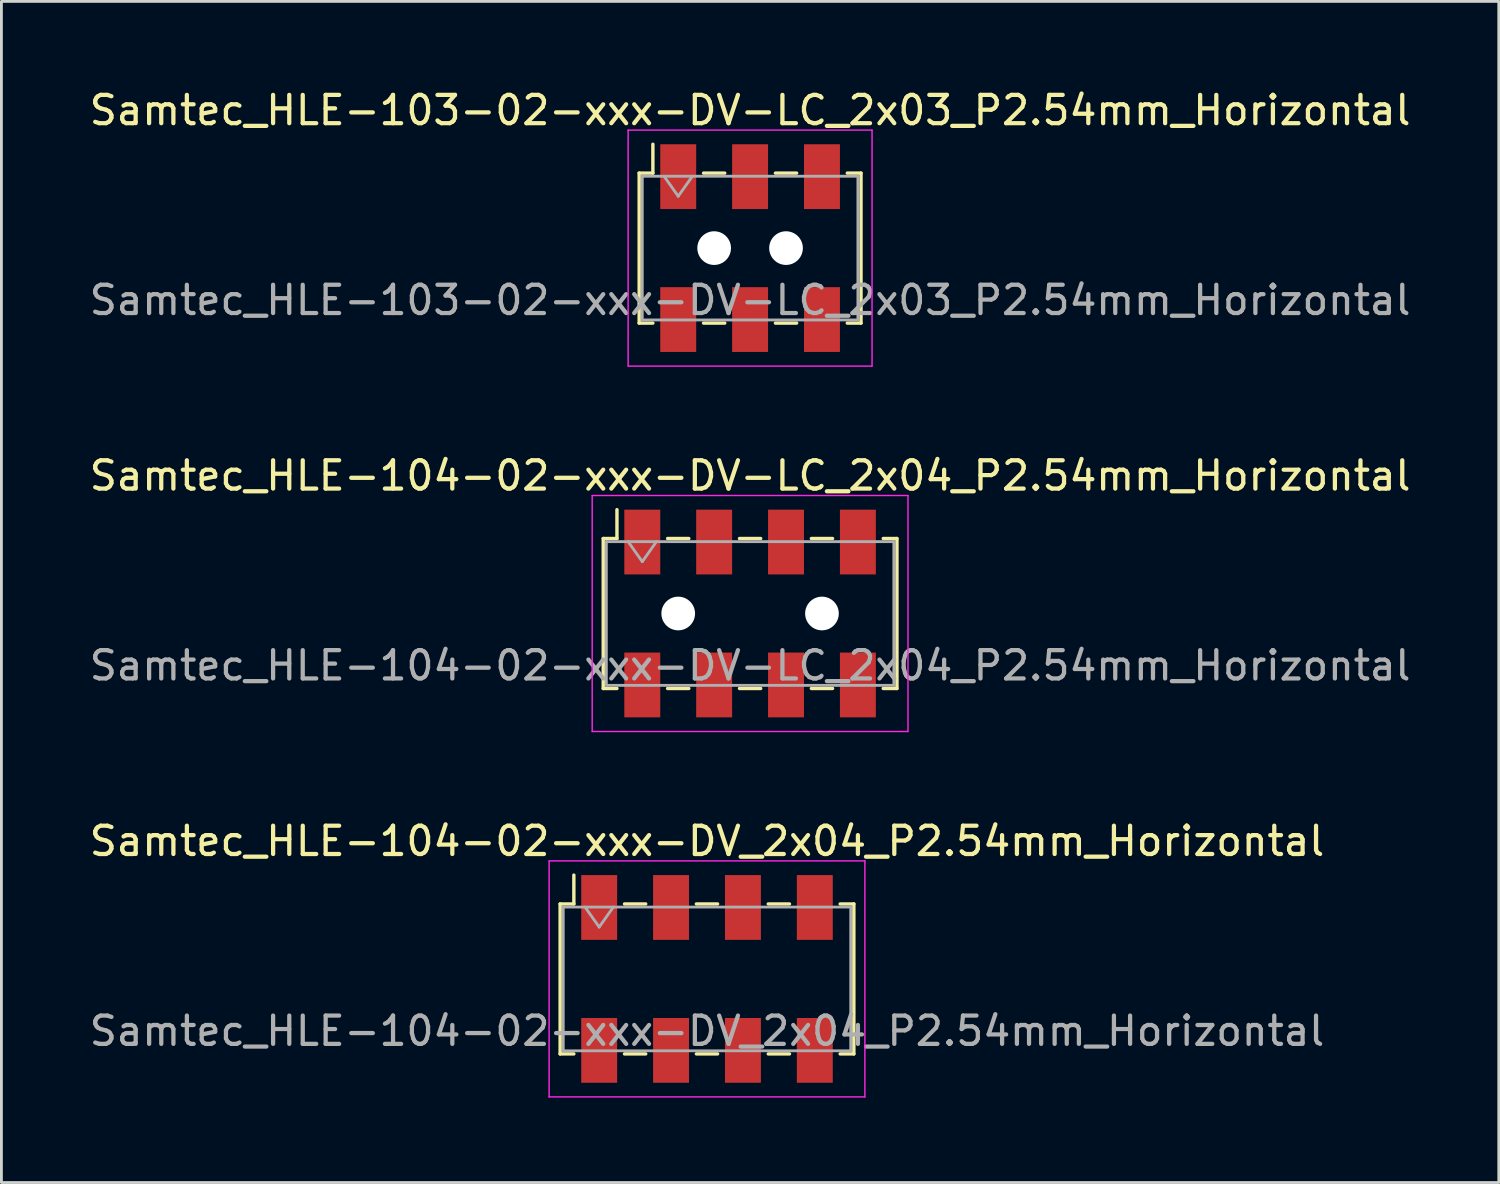
<source format=kicad_pcb>
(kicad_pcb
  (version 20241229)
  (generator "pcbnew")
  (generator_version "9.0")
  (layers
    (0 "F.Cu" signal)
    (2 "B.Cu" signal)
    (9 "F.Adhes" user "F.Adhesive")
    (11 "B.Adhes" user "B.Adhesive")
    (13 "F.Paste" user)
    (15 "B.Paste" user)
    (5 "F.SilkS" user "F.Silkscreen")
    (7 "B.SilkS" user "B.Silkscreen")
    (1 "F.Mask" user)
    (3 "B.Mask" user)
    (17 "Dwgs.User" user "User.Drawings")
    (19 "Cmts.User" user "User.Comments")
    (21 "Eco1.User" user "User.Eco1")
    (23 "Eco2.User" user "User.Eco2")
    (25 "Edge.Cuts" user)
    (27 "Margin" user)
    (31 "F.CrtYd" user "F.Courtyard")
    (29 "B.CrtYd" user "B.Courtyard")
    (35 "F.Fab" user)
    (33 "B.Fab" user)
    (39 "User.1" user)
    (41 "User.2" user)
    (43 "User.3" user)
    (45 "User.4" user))
  (footprint "Samtec_HLE-104-02-xxx-DV-LC_2x04_P2.54mm_Horizontal"
    (layer "F.Cu")
    (at 23.458 18.631)
    (property "Reference" "Samtec_HLE-104-02-xxx-DV-LC_2x04_P2.54mm_Horizontal" (at 0 -4.87 0) (layer "F.SilkS") (effects (font (size 1 1) (thickness 0.15))))
    (attr smd)
    (fp_line (start -5.19 -2.65) (end -5.19 2.65) (stroke (width 0.12) (type solid)) (layer "F.SilkS"))
    (fp_line (start -5.19 2.65) (end -4.705 2.65) (stroke (width 0.12) (type solid)) (layer "F.SilkS"))
    (fp_line (start -4.705 -3.67) (end -4.705 -2.65) (stroke (width 0.12) (type solid)) (layer "F.SilkS"))
    (fp_line (start -4.705 -2.65) (end -5.19 -2.65) (stroke (width 0.12) (type solid)) (layer "F.SilkS"))
    (fp_line (start -2.915 -2.65) (end -2.165 -2.65) (stroke (width 0.12) (type solid)) (layer "F.SilkS"))
    (fp_line (start -2.915 2.65) (end -2.165 2.65) (stroke (width 0.12) (type solid)) (layer "F.SilkS"))
    (fp_line (start -0.375 -2.65) (end 0.375 -2.65) (stroke (width 0.12) (type solid)) (layer "F.SilkS"))
    (fp_line (start -0.375 2.65) (end 0.375 2.65) (stroke (width 0.12) (type solid)) (layer "F.SilkS"))
    (fp_line (start 2.165 -2.65) (end 2.915 -2.65) (stroke (width 0.12) (type solid)) (layer "F.SilkS"))
    (fp_line (start 2.165 2.65) (end 2.915 2.65) (stroke (width 0.12) (type solid)) (layer "F.SilkS"))
    (fp_line (start 4.705 -2.65) (end 5.19 -2.65) (stroke (width 0.12) (type solid)) (layer "F.SilkS"))
    (fp_line (start 5.19 -2.65) (end 5.19 2.65) (stroke (width 0.12) (type solid)) (layer "F.SilkS"))
    (fp_line (start 5.19 2.65) (end 4.705 2.65) (stroke (width 0.12) (type solid)) (layer "F.SilkS"))
    (fp_line (start -5.58 -4.17) (end 5.58 -4.17) (stroke (width 0.05) (type solid)) (layer "F.CrtYd"))
    (fp_line (start -5.58 4.17) (end -5.58 -4.17) (stroke (width 0.05) (type solid)) (layer "F.CrtYd"))
    (fp_line (start 5.58 -4.17) (end 5.58 4.17) (stroke (width 0.05) (type solid)) (layer "F.CrtYd"))
    (fp_line (start 5.58 4.17) (end -5.58 4.17) (stroke (width 0.05) (type solid)) (layer "F.CrtYd"))
    (fp_line (start -5.08 -2.54) (end 5.08 -2.54) (stroke (width 0.1) (type solid)) (layer "F.Fab"))
    (fp_line (start -5.08 2.54) (end -5.08 -2.54) (stroke (width 0.1) (type solid)) (layer "F.Fab"))
    (fp_line (start -4.31 -2.54) (end -3.81 -1.833) (stroke (width 0.1) (type solid)) (layer "F.Fab"))
    (fp_line (start -3.81 -1.833) (end -3.31 -2.54) (stroke (width 0.1) (type solid)) (layer "F.Fab"))
    (fp_line (start 5.08 -2.54) (end 5.08 2.54) (stroke (width 0.1) (type solid)) (layer "F.Fab"))
    (fp_line (start 5.08 2.54) (end -5.08 2.54) (stroke (width 0.1) (type solid)) (layer "F.Fab"))
    (fp_text user "${REFERENCE}" (at 0 1.84 0) (layer "F.Fab") (effects (font (size 1 1) (thickness 0.15))))
    (pad "" np_thru_hole circle (at -2.54 0) (size 1.19 1.19) (drill 1.19) (layers "*.Cu" "*.Mask"))
    (pad "" np_thru_hole circle (at 2.54 0) (size 1.19 1.19) (drill 1.19) (layers "*.Cu" "*.Mask"))
    (pad "1" smd rect (at -3.81 -2.525) (size 1.27 2.29) (layers "F.Cu" "F.Mask" "F.Paste"))
    (pad "2" smd rect (at -3.81 2.525) (size 1.27 2.29) (layers "F.Cu" "F.Mask" "F.Paste"))
    (pad "3" smd rect (at -1.27 -2.525) (size 1.27 2.29) (layers "F.Cu" "F.Mask" "F.Paste"))
    (pad "4" smd rect (at -1.27 2.525) (size 1.27 2.29) (layers "F.Cu" "F.Mask" "F.Paste"))
    (pad "5" smd rect (at 1.27 -2.525) (size 1.27 2.29) (layers "F.Cu" "F.Mask" "F.Paste"))
    (pad "6" smd rect (at 1.27 2.525) (size 1.27 2.29) (layers "F.Cu" "F.Mask" "F.Paste"))
    (pad "7" smd rect (at 3.81 -2.525) (size 1.27 2.29) (layers "F.Cu" "F.Mask" "F.Paste"))
    (pad "8" smd rect (at 3.81 2.525) (size 1.27 2.29) (layers "F.Cu" "F.Mask" "F.Paste")))
  (footprint "Samtec_HLE-103-02-xxx-DV-LC_2x03_P2.54mm_Horizontal"
    (layer "F.Cu")
    (at 23.458 5.718)
    (property "Reference" "Samtec_HLE-103-02-xxx-DV-LC_2x03_P2.54mm_Horizontal" (at 0 -4.87 0) (layer "F.SilkS") (effects (font (size 1 1) (thickness 0.15))))
    (attr smd)
    (fp_line (start -3.92 -2.65) (end -3.92 2.65) (stroke (width 0.12) (type solid)) (layer "F.SilkS"))
    (fp_line (start -3.92 2.65) (end -3.435 2.65) (stroke (width 0.12) (type solid)) (layer "F.SilkS"))
    (fp_line (start -3.435 -3.67) (end -3.435 -2.65) (stroke (width 0.12) (type solid)) (layer "F.SilkS"))
    (fp_line (start -3.435 -2.65) (end -3.92 -2.65) (stroke (width 0.12) (type solid)) (layer "F.SilkS"))
    (fp_line (start -1.645 -2.65) (end -0.895 -2.65) (stroke (width 0.12) (type solid)) (layer "F.SilkS"))
    (fp_line (start -1.645 2.65) (end -0.895 2.65) (stroke (width 0.12) (type solid)) (layer "F.SilkS"))
    (fp_line (start 0.895 -2.65) (end 1.645 -2.65) (stroke (width 0.12) (type solid)) (layer "F.SilkS"))
    (fp_line (start 0.895 2.65) (end 1.645 2.65) (stroke (width 0.12) (type solid)) (layer "F.SilkS"))
    (fp_line (start 3.435 -2.65) (end 3.92 -2.65) (stroke (width 0.12) (type solid)) (layer "F.SilkS"))
    (fp_line (start 3.92 -2.65) (end 3.92 2.65) (stroke (width 0.12) (type solid)) (layer "F.SilkS"))
    (fp_line (start 3.92 2.65) (end 3.435 2.65) (stroke (width 0.12) (type solid)) (layer "F.SilkS"))
    (fp_line (start -4.31 -4.17) (end 4.31 -4.17) (stroke (width 0.05) (type solid)) (layer "F.CrtYd"))
    (fp_line (start -4.31 4.17) (end -4.31 -4.17) (stroke (width 0.05) (type solid)) (layer "F.CrtYd"))
    (fp_line (start 4.31 -4.17) (end 4.31 4.17) (stroke (width 0.05) (type solid)) (layer "F.CrtYd"))
    (fp_line (start 4.31 4.17) (end -4.31 4.17) (stroke (width 0.05) (type solid)) (layer "F.CrtYd"))
    (fp_line (start -3.81 -2.54) (end 3.81 -2.54) (stroke (width 0.1) (type solid)) (layer "F.Fab"))
    (fp_line (start -3.81 2.54) (end -3.81 -2.54) (stroke (width 0.1) (type solid)) (layer "F.Fab"))
    (fp_line (start -3.04 -2.54) (end -2.54 -1.833) (stroke (width 0.1) (type solid)) (layer "F.Fab"))
    (fp_line (start -2.54 -1.833) (end -2.04 -2.54) (stroke (width 0.1) (type solid)) (layer "F.Fab"))
    (fp_line (start 3.81 -2.54) (end 3.81 2.54) (stroke (width 0.1) (type solid)) (layer "F.Fab"))
    (fp_line (start 3.81 2.54) (end -3.81 2.54) (stroke (width 0.1) (type solid)) (layer "F.Fab"))
    (fp_text user "${REFERENCE}" (at 0 1.84 0) (layer "F.Fab") (effects (font (size 1 1) (thickness 0.15))))
    (pad "" np_thru_hole circle (at -1.27 0) (size 1.19 1.19) (drill 1.19) (layers "*.Cu" "*.Mask"))
    (pad "" np_thru_hole circle (at 1.27 0) (size 1.19 1.19) (drill 1.19) (layers "*.Cu" "*.Mask"))
    (pad "1" smd rect (at -2.54 -2.525) (size 1.27 2.29) (layers "F.Cu" "F.Mask" "F.Paste"))
    (pad "2" smd rect (at -2.54 2.525) (size 1.27 2.29) (layers "F.Cu" "F.Mask" "F.Paste"))
    (pad "3" smd rect (at 0 -2.525) (size 1.27 2.29) (layers "F.Cu" "F.Mask" "F.Paste"))
    (pad "4" smd rect (at 0 2.525) (size 1.27 2.29) (layers "F.Cu" "F.Mask" "F.Paste"))
    (pad "5" smd rect (at 2.54 -2.525) (size 1.27 2.29) (layers "F.Cu" "F.Mask" "F.Paste"))
    (pad "6" smd rect (at 2.54 2.525) (size 1.27 2.29) (layers "F.Cu" "F.Mask" "F.Paste")))
  (footprint "Samtec_HLE-104-02-xxx-DV_2x04_P2.54mm_Horizontal"
    (layer "F.Cu")
    (at 21.935 31.545)
    (property "Reference" "Samtec_HLE-104-02-xxx-DV_2x04_P2.54mm_Horizontal" (at 0 -4.87 0) (layer "F.SilkS") (effects (font (size 1 1) (thickness 0.15))))
    (attr smd)
    (fp_line (start -5.19 -2.65) (end -5.19 2.65) (stroke (width 0.12) (type solid)) (layer "F.SilkS"))
    (fp_line (start -5.19 2.65) (end -4.705 2.65) (stroke (width 0.12) (type solid)) (layer "F.SilkS"))
    (fp_line (start -4.705 -3.67) (end -4.705 -2.65) (stroke (width 0.12) (type solid)) (layer "F.SilkS"))
    (fp_line (start -4.705 -2.65) (end -5.19 -2.65) (stroke (width 0.12) (type solid)) (layer "F.SilkS"))
    (fp_line (start -2.915 -2.65) (end -2.165 -2.65) (stroke (width 0.12) (type solid)) (layer "F.SilkS"))
    (fp_line (start -2.915 2.65) (end -2.165 2.65) (stroke (width 0.12) (type solid)) (layer "F.SilkS"))
    (fp_line (start -0.375 -2.65) (end 0.375 -2.65) (stroke (width 0.12) (type solid)) (layer "F.SilkS"))
    (fp_line (start -0.375 2.65) (end 0.375 2.65) (stroke (width 0.12) (type solid)) (layer "F.SilkS"))
    (fp_line (start 2.165 -2.65) (end 2.915 -2.65) (stroke (width 0.12) (type solid)) (layer "F.SilkS"))
    (fp_line (start 2.165 2.65) (end 2.915 2.65) (stroke (width 0.12) (type solid)) (layer "F.SilkS"))
    (fp_line (start 4.705 -2.65) (end 5.19 -2.65) (stroke (width 0.12) (type solid)) (layer "F.SilkS"))
    (fp_line (start 5.19 -2.65) (end 5.19 2.65) (stroke (width 0.12) (type solid)) (layer "F.SilkS"))
    (fp_line (start 5.19 2.65) (end 4.705 2.65) (stroke (width 0.12) (type solid)) (layer "F.SilkS"))
    (fp_line (start -5.58 -4.17) (end 5.58 -4.17) (stroke (width 0.05) (type solid)) (layer "F.CrtYd"))
    (fp_line (start -5.58 4.17) (end -5.58 -4.17) (stroke (width 0.05) (type solid)) (layer "F.CrtYd"))
    (fp_line (start 5.58 -4.17) (end 5.58 4.17) (stroke (width 0.05) (type solid)) (layer "F.CrtYd"))
    (fp_line (start 5.58 4.17) (end -5.58 4.17) (stroke (width 0.05) (type solid)) (layer "F.CrtYd"))
    (fp_line (start -5.08 -2.54) (end 5.08 -2.54) (stroke (width 0.1) (type solid)) (layer "F.Fab"))
    (fp_line (start -5.08 2.54) (end -5.08 -2.54) (stroke (width 0.1) (type solid)) (layer "F.Fab"))
    (fp_line (start -4.31 -2.54) (end -3.81 -1.833) (stroke (width 0.1) (type solid)) (layer "F.Fab"))
    (fp_line (start -3.81 -1.833) (end -3.31 -2.54) (stroke (width 0.1) (type solid)) (layer "F.Fab"))
    (fp_line (start 5.08 -2.54) (end 5.08 2.54) (stroke (width 0.1) (type solid)) (layer "F.Fab"))
    (fp_line (start 5.08 2.54) (end -5.08 2.54) (stroke (width 0.1) (type solid)) (layer "F.Fab"))
    (fp_text user "${REFERENCE}" (at 0 1.84 0) (layer "F.Fab") (effects (font (size 1 1) (thickness 0.15))))
    (pad "1" smd rect (at -3.81 -2.525) (size 1.27 2.29) (layers "F.Cu" "F.Mask" "F.Paste"))
    (pad "2" smd rect (at -3.81 2.525) (size 1.27 2.29) (layers "F.Cu" "F.Mask" "F.Paste"))
    (pad "3" smd rect (at -1.27 -2.525) (size 1.27 2.29) (layers "F.Cu" "F.Mask" "F.Paste"))
    (pad "4" smd rect (at -1.27 2.525) (size 1.27 2.29) (layers "F.Cu" "F.Mask" "F.Paste"))
    (pad "5" smd rect (at 1.27 -2.525) (size 1.27 2.29) (layers "F.Cu" "F.Mask" "F.Paste"))
    (pad "6" smd rect (at 1.27 2.525) (size 1.27 2.29) (layers "F.Cu" "F.Mask" "F.Paste"))
    (pad "7" smd rect (at 3.81 -2.525) (size 1.27 2.29) (layers "F.Cu" "F.Mask" "F.Paste"))
    (pad "8" smd rect (at 3.81 2.525) (size 1.27 2.29) (layers "F.Cu" "F.Mask" "F.Paste")))
  (gr_rect
    (start -3 -3)
    (end 49.917 38.74)
    (stroke (width 0.1) (type default))
    (fill no)
    (layer "Edge.Cuts")))
</source>
